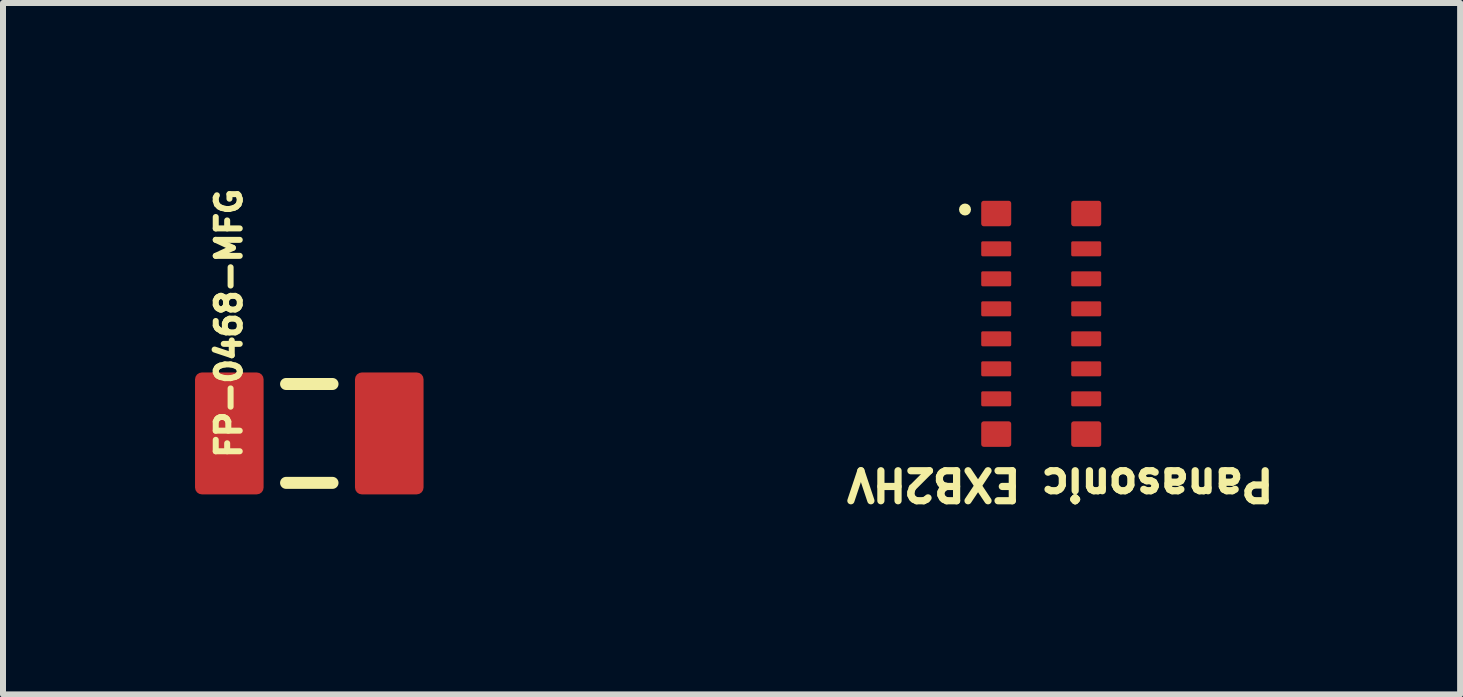
<source format=kicad_pcb>
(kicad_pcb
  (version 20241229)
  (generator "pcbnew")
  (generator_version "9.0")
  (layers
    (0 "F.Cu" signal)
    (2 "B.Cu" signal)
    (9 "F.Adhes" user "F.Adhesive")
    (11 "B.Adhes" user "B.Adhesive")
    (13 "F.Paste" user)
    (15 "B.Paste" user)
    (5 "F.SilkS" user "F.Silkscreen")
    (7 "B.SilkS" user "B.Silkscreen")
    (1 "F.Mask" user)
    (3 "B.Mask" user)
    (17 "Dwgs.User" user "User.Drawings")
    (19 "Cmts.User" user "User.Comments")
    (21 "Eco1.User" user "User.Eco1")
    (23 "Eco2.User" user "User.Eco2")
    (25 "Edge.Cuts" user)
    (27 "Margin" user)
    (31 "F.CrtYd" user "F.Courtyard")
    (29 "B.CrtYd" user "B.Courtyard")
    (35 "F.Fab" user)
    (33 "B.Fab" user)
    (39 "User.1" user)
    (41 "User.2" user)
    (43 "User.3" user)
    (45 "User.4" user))
  (footprint "FP-0468-MFG"
    (layer "F.Cu")
    (at 2.105 4.174)
    (property "Reference" "FP-0468-MFG" (at -1.339 -1.836 90) (unlocked yes) (layer "F.SilkS") (effects (font (size 0.4 0.4) (thickness 0.1))))
    (fp_line (start 0.387 -0.824) (end -0.387 -0.824) (stroke (width 0.2) (type solid)) (layer "F.SilkS"))
    (fp_line (start 0.387 0.824) (end -0.387 0.824) (stroke (width 0.2) (type solid)) (layer "F.SilkS"))
    (fp_rect (start -1.905 1.017) (end -0.762 -1.015) (stroke (width 0.1) (type default)) (fill no) (layer "User.1"))
    (fp_line (start -2.005 1.116) (end -2.005 -1.116) (stroke (width 0.2) (type solid)) (layer "User.2"))
    (fp_line (start 2.005 -1.116) (end -2.005 -1.116) (stroke (width 0.2) (type solid)) (layer "User.2"))
    (fp_line (start 2.005 1.116) (end -2.005 1.116) (stroke (width 0.2) (type solid)) (layer "User.2"))
    (fp_line (start 2.005 1.116) (end 2.005 -1.116) (stroke (width 0.2) (type solid)) (layer "User.2"))
    (fp_line (start 0 0.5) (end 0 -0.5) (stroke (width 0.1) (type solid)) (layer "User.3"))
    (fp_line (start 0.5 0) (end -0.5 0) (stroke (width 0.1) (type solid)) (layer "User.3"))
    (fp_line (start -1.653 0.824) (end -1.653 -0.824) (stroke (width 0.2) (type solid)) (layer "User.4"))
    (fp_line (start 1.653 -0.824) (end -1.653 -0.824) (stroke (width 0.2) (type solid)) (layer "User.4"))
    (fp_line (start 1.653 0.824) (end -1.653 0.824) (stroke (width 0.2) (type solid)) (layer "User.4"))
    (fp_line (start 1.653 0.824) (end 1.653 -0.824) (stroke (width 0.2) (type solid)) (layer "User.4"))
    (fp_line (start -2.005 1.116) (end -2.005 -1.116) (stroke (width 0.2) (type solid)) (layer "User.9"))
    (fp_line (start 2.005 -1.116) (end -2.005 -1.116) (stroke (width 0.2) (type solid)) (layer "User.9"))
    (fp_line (start 2.005 1.116) (end -2.005 1.116) (stroke (width 0.2) (type solid)) (layer "User.9"))
    (fp_line (start 2.005 1.116) (end 2.005 -1.116) (stroke (width 0.2) (type solid)) (layer "User.9"))
    (fp_text user "${REFERENCE}" (at -0.00002 0.107 0) (unlocked yes) (layer "User.9") (effects (font (face "Arial") (size 0.63 0.63) (thickness 0.1)) (justify left bottom)))
    (pad "1" smd roundrect (at -1.333 0) (size 1.143 2.032) (layers "F.Cu" "F.Mask" "F.Paste") (roundrect_rratio 0.1))
    (pad "2" smd roundrect (at 1.333 0) (size 1.143 2.032) (layers "F.Cu" "F.Mask" "F.Paste") (roundrect_rratio 0.1)))
  (footprint "Panasonic EXB2HV"
    (layer "F.Cu")
    (at 14.304 2.347)
    (property "Reference" "Panasonic EXB2HV" (at 0.316 2.674 180) (unlocked yes) (layer "F.SilkS") (effects (font (size 0.5 0.5) (thickness 0.12))))
    (fp_circle (center -1.27 -1.905) (end -1.27 -1.855) (stroke (width 0.1) (type solid)) (fill no) (layer "F.SilkS"))
    (fp_line (start -1.27 -2.322) (end -1.27 2.3) (stroke (width 0.05) (type solid)) (layer "User.2"))
    (fp_line (start 1.27 -2.322) (end -1.27 -2.322) (stroke (width 0.05) (type solid)) (layer "User.2"))
    (fp_line (start 1.27 -2.322) (end 1.27 2.3) (stroke (width 0.05) (type solid)) (layer "User.2"))
    (fp_line (start 1.27 2.3) (end -1.27 2.3) (stroke (width 0.05) (type solid)) (layer "User.2"))
    (fp_line (start 0 -0.5) (end 0 0.5) (stroke (width 0.1) (type solid)) (layer "User.3"))
    (fp_line (start 0.5 0) (end -0.5 0) (stroke (width 0.1) (type solid)) (layer "User.3"))
    (fp_rect (start -1 -1.625) (end -0.5 -2.05) (stroke (width 0.1) (type default)) (fill no) (layer "User.8"))
    (pad "1" smd roundrect (at -0.75 -1.838 90) (size 0.425 0.5) (layers "F.Cu" "F.Mask" "F.Paste") (roundrect_rratio 0.1))
    (pad "2" smd roundrect (at -0.75 -1.25 90) (size 0.25 0.5) (layers "F.Cu" "F.Mask" "F.Paste") (roundrect_rratio 0.1))
    (pad "3" smd roundrect (at -0.75 -0.75 90) (size 0.25 0.5) (layers "F.Cu" "F.Mask" "F.Paste") (roundrect_rratio 0.1))
    (pad "4" smd roundrect (at -0.75 -0.25 90) (size 0.25 0.5) (layers "F.Cu" "F.Mask" "F.Paste") (roundrect_rratio 0.1))
    (pad "5" smd roundrect (at -0.75 0.25 90) (size 0.25 0.5) (layers "F.Cu" "F.Mask" "F.Paste") (roundrect_rratio 0.1))
    (pad "6" smd roundrect (at -0.75 0.75 90) (size 0.25 0.5) (layers "F.Cu" "F.Mask" "F.Paste") (roundrect_rratio 0.1))
    (pad "7" smd roundrect (at -0.75 1.25 90) (size 0.25 0.5) (layers "F.Cu" "F.Mask" "F.Paste") (roundrect_rratio 0.1))
    (pad "8" smd roundrect (at -0.75 1.838 90) (size 0.425 0.5) (layers "F.Cu" "F.Mask" "F.Paste") (roundrect_rratio 0.1))
    (pad "9" smd roundrect (at 0.75 1.838 90) (size 0.425 0.5) (layers "F.Cu" "F.Mask" "F.Paste") (roundrect_rratio 0.1))
    (pad "10" smd roundrect (at 0.75 1.25 90) (size 0.25 0.5) (layers "F.Cu" "F.Mask" "F.Paste") (roundrect_rratio 0.1))
    (pad "11" smd roundrect (at 0.75 0.75 90) (size 0.25 0.5) (layers "F.Cu" "F.Mask" "F.Paste") (roundrect_rratio 0.1))
    (pad "12" smd roundrect (at 0.75 0.25 90) (size 0.25 0.5) (layers "F.Cu" "F.Mask" "F.Paste") (roundrect_rratio 0.1))
    (pad "13" smd roundrect (at 0.75 -0.25 90) (size 0.25 0.5) (layers "F.Cu" "F.Mask" "F.Paste") (roundrect_rratio 0.1))
    (pad "14" smd roundrect (at 0.75 -0.75 90) (size 0.25 0.5) (layers "F.Cu" "F.Mask" "F.Paste") (roundrect_rratio 0.1))
    (pad "15" smd roundrect (at 0.75 -1.25 90) (size 0.25 0.5) (layers "F.Cu" "F.Mask" "F.Paste") (roundrect_rratio 0.1))
    (pad "16" smd roundrect (at 0.75 -1.838 90) (size 0.425 0.5) (layers "F.Cu" "F.Mask" "F.Paste") (roundrect_rratio 0.1)))
  (gr_rect
    (start -3 -3)
    (end 21.286 8.524)
    (stroke (width 0.1) (type default))
    (fill no)
    (layer "Edge.Cuts")))
</source>
